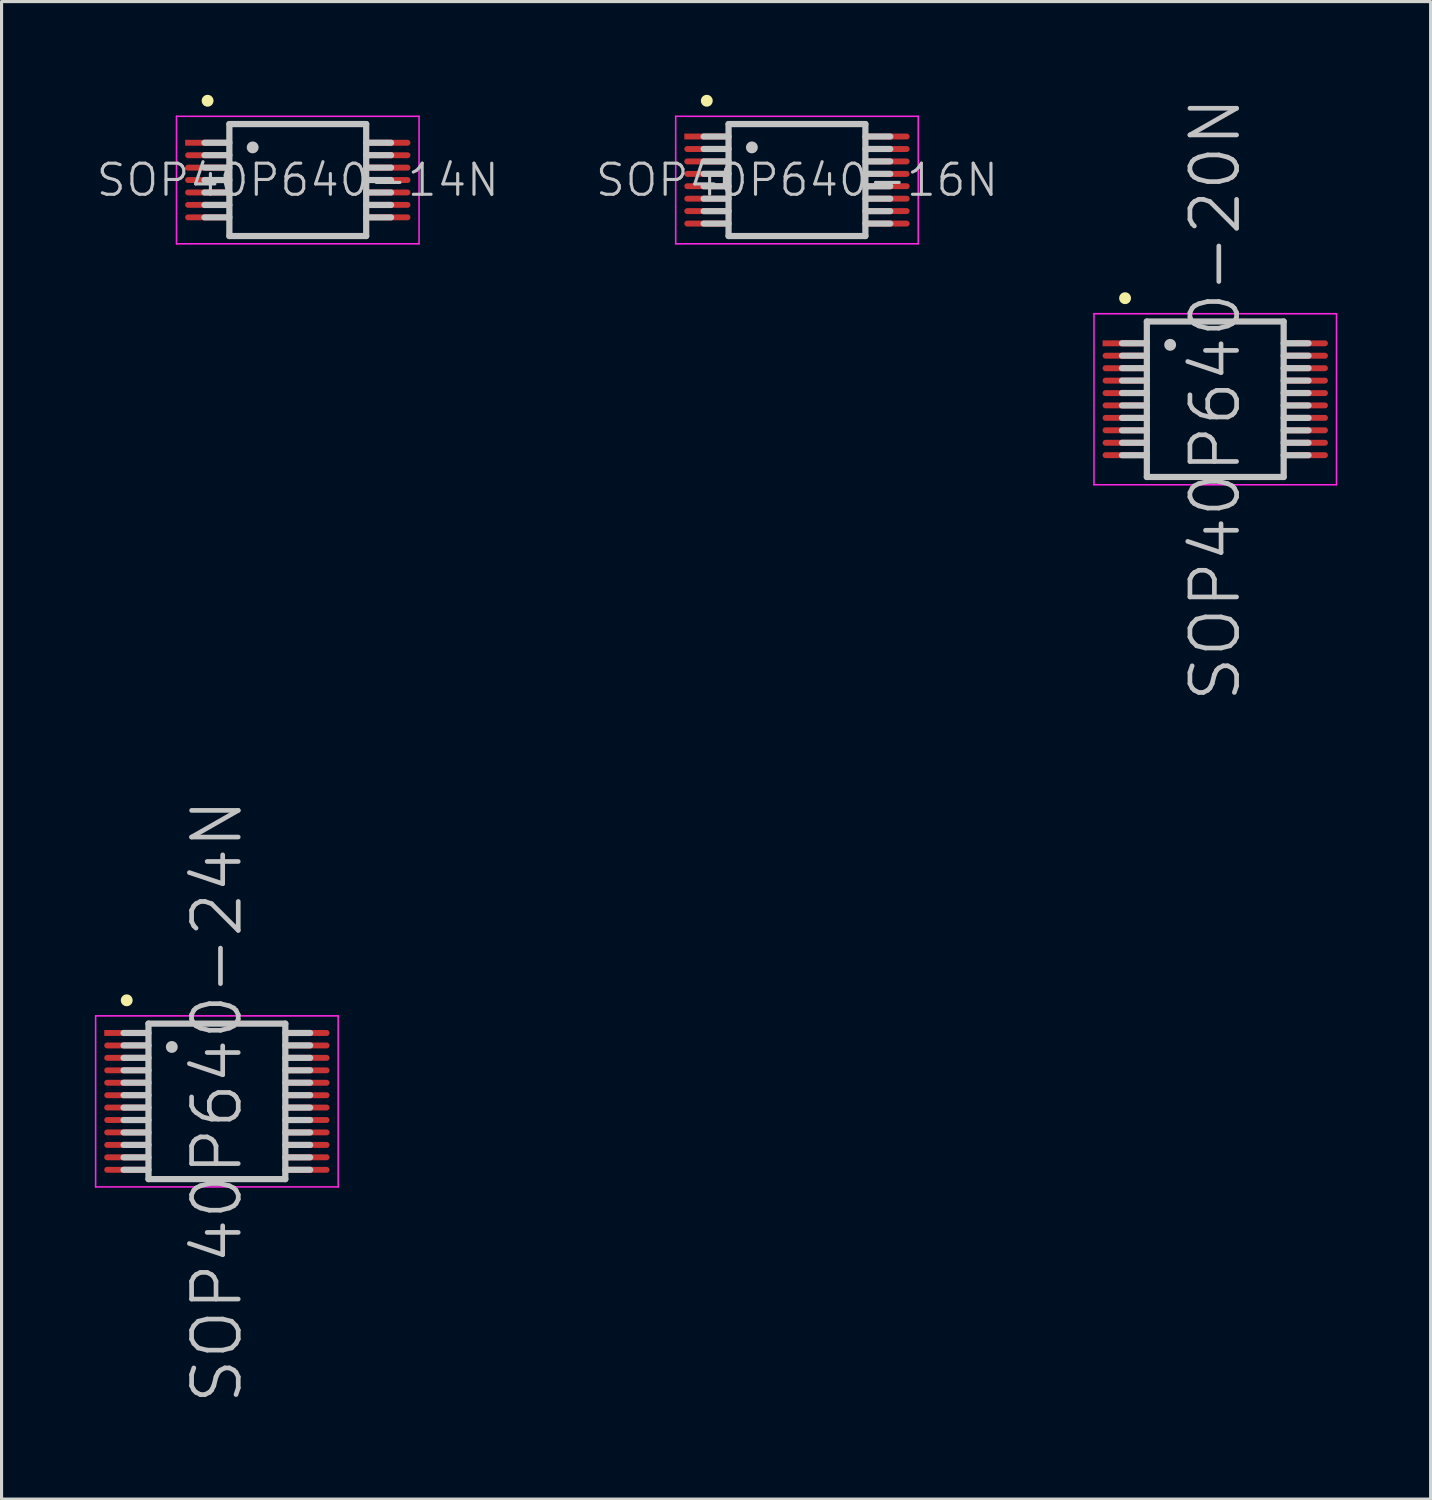
<source format=kicad_pcb>
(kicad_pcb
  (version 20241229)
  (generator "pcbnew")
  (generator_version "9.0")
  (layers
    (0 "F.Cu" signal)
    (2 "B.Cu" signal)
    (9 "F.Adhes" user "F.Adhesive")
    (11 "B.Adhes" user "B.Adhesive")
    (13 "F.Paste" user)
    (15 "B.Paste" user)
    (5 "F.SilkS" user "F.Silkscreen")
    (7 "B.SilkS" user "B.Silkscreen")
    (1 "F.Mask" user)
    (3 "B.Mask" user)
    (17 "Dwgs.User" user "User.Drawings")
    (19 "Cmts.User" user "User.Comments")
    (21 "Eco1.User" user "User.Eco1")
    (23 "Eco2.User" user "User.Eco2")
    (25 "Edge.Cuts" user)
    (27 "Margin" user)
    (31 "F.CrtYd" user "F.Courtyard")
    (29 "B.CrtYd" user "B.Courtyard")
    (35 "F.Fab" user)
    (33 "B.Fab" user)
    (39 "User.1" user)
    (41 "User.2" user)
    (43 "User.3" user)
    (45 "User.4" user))
  (footprint "SOP40P640-24N"
    (layer "F.Cu")
    (at 3.925 32.368)
    (property "Reference" "SOP40P640-24N" (at 0 0 90) (layer "Dwgs.User") (effects (font (size 1.5 1.5) (thickness 0.15))))
    (attr smd)
    (fp_line (start -2.9 -3.25) (end -2.9 -3.25) (stroke (width 0.381) (type solid)) (layer "F.SilkS"))
    (fp_line (start -2.2 -2.5) (end -2.2 2.5) (stroke (width 0.2) (type solid)) (layer "Dwgs.User"))
    (fp_line (start -2.2 -2.5) (end 2.2 -2.5) (stroke (width 0.2) (type solid)) (layer "Dwgs.User"))
    (fp_line (start -2.2 -2.2) (end -3 -2.2) (stroke (width 0.2) (type solid)) (layer "Dwgs.User"))
    (fp_line (start -2.2 -1.8) (end -3 -1.8) (stroke (width 0.2) (type solid)) (layer "Dwgs.User"))
    (fp_line (start -2.2 -1.4) (end -3 -1.4) (stroke (width 0.2) (type solid)) (layer "Dwgs.User"))
    (fp_line (start -2.2 -1) (end -3 -1) (stroke (width 0.2) (type solid)) (layer "Dwgs.User"))
    (fp_line (start -2.2 -0.6) (end -3 -0.6) (stroke (width 0.2) (type solid)) (layer "Dwgs.User"))
    (fp_line (start -2.2 -0.2) (end -3 -0.2) (stroke (width 0.2) (type solid)) (layer "Dwgs.User"))
    (fp_line (start -2.2 0.2) (end -3 0.2) (stroke (width 0.2) (type solid)) (layer "Dwgs.User"))
    (fp_line (start -2.2 0.6) (end -3 0.6) (stroke (width 0.2) (type solid)) (layer "Dwgs.User"))
    (fp_line (start -2.2 1) (end -3 1) (stroke (width 0.2) (type solid)) (layer "Dwgs.User"))
    (fp_line (start -2.2 1.4) (end -3 1.4) (stroke (width 0.2) (type solid)) (layer "Dwgs.User"))
    (fp_line (start -2.2 1.8) (end -3 1.8) (stroke (width 0.2) (type solid)) (layer "Dwgs.User"))
    (fp_line (start -2.2 2.2) (end -3 2.2) (stroke (width 0.2) (type solid)) (layer "Dwgs.User"))
    (fp_line (start -2.2 2.5) (end 2.2 2.5) (stroke (width 0.2) (type solid)) (layer "Dwgs.User"))
    (fp_line (start -1.45 -1.75) (end -1.45 -1.75) (stroke (width 0.381) (type solid)) (layer "Dwgs.User"))
    (fp_line (start 2.2 -2.5) (end 2.2 2.5) (stroke (width 0.2) (type solid)) (layer "Dwgs.User"))
    (fp_line (start 3 -2.2) (end 2.2 -2.2) (stroke (width 0.2) (type solid)) (layer "Dwgs.User"))
    (fp_line (start 3 -1.8) (end 2.2 -1.8) (stroke (width 0.2) (type solid)) (layer "Dwgs.User"))
    (fp_line (start 3 -1.4) (end 2.2 -1.4) (stroke (width 0.2) (type solid)) (layer "Dwgs.User"))
    (fp_line (start 3 -1) (end 2.2 -1) (stroke (width 0.2) (type solid)) (layer "Dwgs.User"))
    (fp_line (start 3 -0.6) (end 2.2 -0.6) (stroke (width 0.2) (type solid)) (layer "Dwgs.User"))
    (fp_line (start 3 -0.2) (end 2.2 -0.2) (stroke (width 0.2) (type solid)) (layer "Dwgs.User"))
    (fp_line (start 3 0.2) (end 2.2 0.2) (stroke (width 0.2) (type solid)) (layer "Dwgs.User"))
    (fp_line (start 3 0.6) (end 2.2 0.6) (stroke (width 0.2) (type solid)) (layer "Dwgs.User"))
    (fp_line (start 3 1) (end 2.2 1) (stroke (width 0.2) (type solid)) (layer "Dwgs.User"))
    (fp_line (start 3 1.4) (end 2.2 1.4) (stroke (width 0.2) (type solid)) (layer "Dwgs.User"))
    (fp_line (start 3 1.8) (end 2.2 1.8) (stroke (width 0.2) (type solid)) (layer "Dwgs.User"))
    (fp_line (start 3 2.2) (end 2.2 2.2) (stroke (width 0.2) (type solid)) (layer "Dwgs.User"))
    (fp_line (start -3.9 -2.75) (end -3.9 2.75) (stroke (width 0.05) (type solid)) (layer "F.CrtYd"))
    (fp_line (start -3.9 -2.75) (end 3.9 -2.75) (stroke (width 0.05) (type solid)) (layer "F.CrtYd"))
    (fp_line (start -3.9 2.75) (end 3.9 2.75) (stroke (width 0.05) (type solid)) (layer "F.CrtYd"))
    (fp_line (start 3.9 -2.75) (end 3.9 2.75) (stroke (width 0.05) (type solid)) (layer "F.CrtYd"))
    (pad "1" smd rect (at -2.898 -2.2 90) (size 0.19 1.45) (layers "F.Cu" "F.Mask" "F.Paste"))
    (pad "2" smd oval (at -2.898 -1.798 90) (size 0.19 1.45) (layers "F.Cu" "F.Mask" "F.Paste"))
    (pad "3" smd oval (at -2.898 -1.4 90) (size 0.19 1.45) (layers "F.Cu" "F.Mask" "F.Paste"))
    (pad "4" smd oval (at -2.898 -0.998 90) (size 0.19 1.45) (layers "F.Cu" "F.Mask" "F.Paste"))
    (pad "5" smd oval (at -2.898 -0.599 90) (size 0.19 1.45) (layers "F.Cu" "F.Mask" "F.Paste"))
    (pad "6" smd oval (at -2.898 -0.198 90) (size 0.19 1.45) (layers "F.Cu" "F.Mask" "F.Paste"))
    (pad "7" smd oval (at -2.898 0.198 90) (size 0.19 1.45) (layers "F.Cu" "F.Mask" "F.Paste"))
    (pad "8" smd oval (at -2.898 0.599 90) (size 0.19 1.45) (layers "F.Cu" "F.Mask" "F.Paste"))
    (pad "9" smd oval (at -2.898 0.998 90) (size 0.19 1.45) (layers "F.Cu" "F.Mask" "F.Paste"))
    (pad "10" smd oval (at -2.898 1.4 90) (size 0.19 1.45) (layers "F.Cu" "F.Mask" "F.Paste"))
    (pad "11" smd oval (at -2.898 1.798 90) (size 0.19 1.45) (layers "F.Cu" "F.Mask" "F.Paste"))
    (pad "12" smd oval (at -2.898 2.2 90) (size 0.19 1.45) (layers "F.Cu" "F.Mask" "F.Paste"))
    (pad "13" smd oval (at 2.898 2.2 270) (size 0.19 1.45) (layers "F.Cu" "F.Mask" "F.Paste"))
    (pad "14" smd oval (at 2.898 1.798 270) (size 0.19 1.45) (layers "F.Cu" "F.Mask" "F.Paste"))
    (pad "15" smd oval (at 2.898 1.4 270) (size 0.19 1.45) (layers "F.Cu" "F.Mask" "F.Paste"))
    (pad "16" smd oval (at 2.898 0.998 270) (size 0.19 1.45) (layers "F.Cu" "F.Mask" "F.Paste"))
    (pad "17" smd oval (at 2.898 0.599 270) (size 0.19 1.45) (layers "F.Cu" "F.Mask" "F.Paste"))
    (pad "18" smd oval (at 2.898 0.198 270) (size 0.19 1.45) (layers "F.Cu" "F.Mask" "F.Paste"))
    (pad "19" smd oval (at 2.898 -0.198 270) (size 0.19 1.45) (layers "F.Cu" "F.Mask" "F.Paste"))
    (pad "20" smd oval (at 2.898 -0.599 270) (size 0.19 1.45) (layers "F.Cu" "F.Mask" "F.Paste"))
    (pad "21" smd oval (at 2.898 -0.998 270) (size 0.19 1.45) (layers "F.Cu" "F.Mask" "F.Paste"))
    (pad "22" smd oval (at 2.898 -1.4 270) (size 0.19 1.45) (layers "F.Cu" "F.Mask" "F.Paste"))
    (pad "23" smd oval (at 2.898 -1.798 270) (size 0.19 1.45) (layers "F.Cu" "F.Mask" "F.Paste"))
    (pad "24" smd oval (at 2.898 -2.2 270) (size 0.19 1.45) (layers "F.Cu" "F.Mask" "F.Paste")))
  (footprint "SOP40P640-14N"
    (layer "F.Cu")
    (at 6.526 2.74)
    (property "Reference" "SOP40P640-14N" (at 0 0 0) (layer "Dwgs.User") (effects (font (size 1 1) (thickness 0.1))))
    (attr smd)
    (fp_line (start -2.9 -2.55) (end -2.9 -2.55) (stroke (width 0.381) (type solid)) (layer "F.SilkS"))
    (fp_line (start -2.2 -1.8) (end -2.2 1.8) (stroke (width 0.2) (type solid)) (layer "Dwgs.User"))
    (fp_line (start -2.2 -1.8) (end 2.2 -1.8) (stroke (width 0.2) (type solid)) (layer "Dwgs.User"))
    (fp_line (start -2.2 -1.2) (end -3 -1.2) (stroke (width 0.2) (type solid)) (layer "Dwgs.User"))
    (fp_line (start -2.2 -0.8) (end -3 -0.8) (stroke (width 0.2) (type solid)) (layer "Dwgs.User"))
    (fp_line (start -2.2 -0.4) (end -3 -0.4) (stroke (width 0.2) (type solid)) (layer "Dwgs.User"))
    (fp_line (start -2.2 0) (end -3 0) (stroke (width 0.2) (type solid)) (layer "Dwgs.User"))
    (fp_line (start -2.2 0.4) (end -3 0.4) (stroke (width 0.2) (type solid)) (layer "Dwgs.User"))
    (fp_line (start -2.2 0.8) (end -3 0.8) (stroke (width 0.2) (type solid)) (layer "Dwgs.User"))
    (fp_line (start -2.2 1.2) (end -3 1.2) (stroke (width 0.2) (type solid)) (layer "Dwgs.User"))
    (fp_line (start -2.2 1.8) (end 2.2 1.8) (stroke (width 0.2) (type solid)) (layer "Dwgs.User"))
    (fp_line (start -1.45 -1.05) (end -1.45 -1.05) (stroke (width 0.381) (type solid)) (layer "Dwgs.User"))
    (fp_line (start 2.2 -1.8) (end 2.2 1.8) (stroke (width 0.2) (type solid)) (layer "Dwgs.User"))
    (fp_line (start 3 -1.2) (end 2.2 -1.2) (stroke (width 0.2) (type solid)) (layer "Dwgs.User"))
    (fp_line (start 3 -0.8) (end 2.2 -0.8) (stroke (width 0.2) (type solid)) (layer "Dwgs.User"))
    (fp_line (start 3 -0.4) (end 2.2 -0.4) (stroke (width 0.2) (type solid)) (layer "Dwgs.User"))
    (fp_line (start 3 0) (end 2.2 0) (stroke (width 0.2) (type solid)) (layer "Dwgs.User"))
    (fp_line (start 3 0.4) (end 2.2 0.4) (stroke (width 0.2) (type solid)) (layer "Dwgs.User"))
    (fp_line (start 3 0.8) (end 2.2 0.8) (stroke (width 0.2) (type solid)) (layer "Dwgs.User"))
    (fp_line (start 3 1.2) (end 2.2 1.2) (stroke (width 0.2) (type solid)) (layer "Dwgs.User"))
    (fp_line (start -3.9 -2.05) (end -3.9 2.05) (stroke (width 0.05) (type solid)) (layer "F.CrtYd"))
    (fp_line (start -3.9 -2.05) (end 3.9 -2.05) (stroke (width 0.05) (type solid)) (layer "F.CrtYd"))
    (fp_line (start -3.9 2.05) (end 3.9 2.05) (stroke (width 0.05) (type solid)) (layer "F.CrtYd"))
    (fp_line (start 3.9 -2.05) (end 3.9 2.05) (stroke (width 0.05) (type solid)) (layer "F.CrtYd"))
    (pad "1" smd rect (at -2.898 -1.199 90) (size 0.19 1.45) (layers "F.Cu" "F.Mask" "F.Paste"))
    (pad "2" smd oval (at -2.898 -0.798 90) (size 0.19 1.45) (layers "F.Cu" "F.Mask" "F.Paste"))
    (pad "3" smd oval (at -2.898 -0.399 90) (size 0.19 1.45) (layers "F.Cu" "F.Mask" "F.Paste"))
    (pad "4" smd oval (at -2.898 0 90) (size 0.19 1.45) (layers "F.Cu" "F.Mask" "F.Paste"))
    (pad "5" smd oval (at -2.898 0.399 90) (size 0.19 1.45) (layers "F.Cu" "F.Mask" "F.Paste"))
    (pad "6" smd oval (at -2.898 0.798 90) (size 0.19 1.45) (layers "F.Cu" "F.Mask" "F.Paste"))
    (pad "7" smd oval (at -2.898 1.199 90) (size 0.19 1.45) (layers "F.Cu" "F.Mask" "F.Paste"))
    (pad "8" smd oval (at 2.898 1.199 270) (size 0.19 1.45) (layers "F.Cu" "F.Mask" "F.Paste"))
    (pad "9" smd oval (at 2.898 0.798 270) (size 0.19 1.45) (layers "F.Cu" "F.Mask" "F.Paste"))
    (pad "10" smd oval (at 2.898 0.399 270) (size 0.19 1.45) (layers "F.Cu" "F.Mask" "F.Paste"))
    (pad "11" smd oval (at 2.898 0 270) (size 0.19 1.45) (layers "F.Cu" "F.Mask" "F.Paste"))
    (pad "12" smd oval (at 2.898 -0.399 270) (size 0.19 1.45) (layers "F.Cu" "F.Mask" "F.Paste"))
    (pad "13" smd oval (at 2.898 -0.798 270) (size 0.19 1.45) (layers "F.Cu" "F.Mask" "F.Paste"))
    (pad "14" smd oval (at 2.898 -1.199 270) (size 0.19 1.45) (layers "F.Cu" "F.Mask" "F.Paste")))
  (footprint "SOP40P640-16N"
    (layer "F.Cu")
    (at 22.579 2.74)
    (property "Reference" "SOP40P640-16N" (at 0 0 0) (layer "Dwgs.User") (effects (font (size 1 1) (thickness 0.1))))
    (attr smd)
    (fp_line (start -2.9 -2.55) (end -2.9 -2.55) (stroke (width 0.381) (type solid)) (layer "F.SilkS"))
    (fp_line (start -2.2 -1.8) (end -2.2 1.8) (stroke (width 0.2) (type solid)) (layer "Dwgs.User"))
    (fp_line (start -2.2 -1.8) (end 2.2 -1.8) (stroke (width 0.2) (type solid)) (layer "Dwgs.User"))
    (fp_line (start -2.2 -1.4) (end -3 -1.4) (stroke (width 0.2) (type solid)) (layer "Dwgs.User"))
    (fp_line (start -2.2 -1) (end -3 -1) (stroke (width 0.2) (type solid)) (layer "Dwgs.User"))
    (fp_line (start -2.2 -0.6) (end -3 -0.6) (stroke (width 0.2) (type solid)) (layer "Dwgs.User"))
    (fp_line (start -2.2 -0.2) (end -3 -0.2) (stroke (width 0.2) (type solid)) (layer "Dwgs.User"))
    (fp_line (start -2.2 0.2) (end -3 0.2) (stroke (width 0.2) (type solid)) (layer "Dwgs.User"))
    (fp_line (start -2.2 0.6) (end -3 0.6) (stroke (width 0.2) (type solid)) (layer "Dwgs.User"))
    (fp_line (start -2.2 1) (end -3 1) (stroke (width 0.2) (type solid)) (layer "Dwgs.User"))
    (fp_line (start -2.2 1.4) (end -3 1.4) (stroke (width 0.2) (type solid)) (layer "Dwgs.User"))
    (fp_line (start -2.2 1.8) (end 2.2 1.8) (stroke (width 0.2) (type solid)) (layer "Dwgs.User"))
    (fp_line (start -1.45 -1.05) (end -1.45 -1.05) (stroke (width 0.381) (type solid)) (layer "Dwgs.User"))
    (fp_line (start 2.2 -1.8) (end 2.2 1.8) (stroke (width 0.2) (type solid)) (layer "Dwgs.User"))
    (fp_line (start 3 -1.4) (end 2.2 -1.4) (stroke (width 0.2) (type solid)) (layer "Dwgs.User"))
    (fp_line (start 3 -1) (end 2.2 -1) (stroke (width 0.2) (type solid)) (layer "Dwgs.User"))
    (fp_line (start 3 -0.6) (end 2.2 -0.6) (stroke (width 0.2) (type solid)) (layer "Dwgs.User"))
    (fp_line (start 3 -0.2) (end 2.2 -0.2) (stroke (width 0.2) (type solid)) (layer "Dwgs.User"))
    (fp_line (start 3 0.2) (end 2.2 0.2) (stroke (width 0.2) (type solid)) (layer "Dwgs.User"))
    (fp_line (start 3 0.6) (end 2.2 0.6) (stroke (width 0.2) (type solid)) (layer "Dwgs.User"))
    (fp_line (start 3 1) (end 2.2 1) (stroke (width 0.2) (type solid)) (layer "Dwgs.User"))
    (fp_line (start 3 1.4) (end 2.2 1.4) (stroke (width 0.2) (type solid)) (layer "Dwgs.User"))
    (fp_line (start -3.9 -2.05) (end -3.9 2.05) (stroke (width 0.05) (type solid)) (layer "F.CrtYd"))
    (fp_line (start -3.9 -2.05) (end 3.9 -2.05) (stroke (width 0.05) (type solid)) (layer "F.CrtYd"))
    (fp_line (start -3.9 2.05) (end 3.9 2.05) (stroke (width 0.05) (type solid)) (layer "F.CrtYd"))
    (fp_line (start 3.9 -2.05) (end 3.9 2.05) (stroke (width 0.05) (type solid)) (layer "F.CrtYd"))
    (pad "1" smd rect (at -2.898 -1.4 90) (size 0.19 1.45) (layers "F.Cu" "F.Mask" "F.Paste"))
    (pad "2" smd oval (at -2.898 -0.998 90) (size 0.19 1.45) (layers "F.Cu" "F.Mask" "F.Paste"))
    (pad "3" smd oval (at -2.898 -0.599 90) (size 0.19 1.45) (layers "F.Cu" "F.Mask" "F.Paste"))
    (pad "4" smd oval (at -2.898 -0.198 90) (size 0.19 1.45) (layers "F.Cu" "F.Mask" "F.Paste"))
    (pad "5" smd oval (at -2.898 0.198 90) (size 0.19 1.45) (layers "F.Cu" "F.Mask" "F.Paste"))
    (pad "6" smd oval (at -2.898 0.599 90) (size 0.19 1.45) (layers "F.Cu" "F.Mask" "F.Paste"))
    (pad "7" smd oval (at -2.898 0.998 90) (size 0.19 1.45) (layers "F.Cu" "F.Mask" "F.Paste"))
    (pad "8" smd oval (at -2.898 1.4 90) (size 0.19 1.45) (layers "F.Cu" "F.Mask" "F.Paste"))
    (pad "9" smd oval (at 2.898 1.4 270) (size 0.19 1.45) (layers "F.Cu" "F.Mask" "F.Paste"))
    (pad "10" smd oval (at 2.898 0.998 270) (size 0.19 1.45) (layers "F.Cu" "F.Mask" "F.Paste"))
    (pad "11" smd oval (at 2.898 0.599 270) (size 0.19 1.45) (layers "F.Cu" "F.Mask" "F.Paste"))
    (pad "12" smd oval (at 2.898 0.198 270) (size 0.19 1.45) (layers "F.Cu" "F.Mask" "F.Paste"))
    (pad "13" smd oval (at 2.898 -0.198 270) (size 0.19 1.45) (layers "F.Cu" "F.Mask" "F.Paste"))
    (pad "14" smd oval (at 2.898 -0.599 270) (size 0.19 1.45) (layers "F.Cu" "F.Mask" "F.Paste"))
    (pad "15" smd oval (at 2.898 -0.998 270) (size 0.19 1.45) (layers "F.Cu" "F.Mask" "F.Paste"))
    (pad "16" smd oval (at 2.898 -1.4 270) (size 0.19 1.45) (layers "F.Cu" "F.Mask" "F.Paste")))
  (footprint "SOP40P640-20N"
    (layer "F.Cu")
    (at 36.03 9.789)
    (property "Reference" "SOP40P640-20N" (at 0 0 90) (layer "Dwgs.User") (effects (font (size 1.5 1.5) (thickness 0.15))))
    (attr smd)
    (fp_line (start -2.9 -3.25) (end -2.9 -3.25) (stroke (width 0.381) (type solid)) (layer "F.SilkS"))
    (fp_line (start -2.2 -2.5) (end -2.2 2.5) (stroke (width 0.2) (type solid)) (layer "Dwgs.User"))
    (fp_line (start -2.2 -2.5) (end 2.2 -2.5) (stroke (width 0.2) (type solid)) (layer "Dwgs.User"))
    (fp_line (start -2.2 -1.8) (end -3 -1.8) (stroke (width 0.2) (type solid)) (layer "Dwgs.User"))
    (fp_line (start -2.2 -1.4) (end -3 -1.4) (stroke (width 0.2) (type solid)) (layer "Dwgs.User"))
    (fp_line (start -2.2 -1) (end -3 -1) (stroke (width 0.2) (type solid)) (layer "Dwgs.User"))
    (fp_line (start -2.2 -0.6) (end -3 -0.6) (stroke (width 0.2) (type solid)) (layer "Dwgs.User"))
    (fp_line (start -2.2 -0.2) (end -3 -0.2) (stroke (width 0.2) (type solid)) (layer "Dwgs.User"))
    (fp_line (start -2.2 0.2) (end -3 0.2) (stroke (width 0.2) (type solid)) (layer "Dwgs.User"))
    (fp_line (start -2.2 0.6) (end -3 0.6) (stroke (width 0.2) (type solid)) (layer "Dwgs.User"))
    (fp_line (start -2.2 1) (end -3 1) (stroke (width 0.2) (type solid)) (layer "Dwgs.User"))
    (fp_line (start -2.2 1.4) (end -3 1.4) (stroke (width 0.2) (type solid)) (layer "Dwgs.User"))
    (fp_line (start -2.2 1.8) (end -3 1.8) (stroke (width 0.2) (type solid)) (layer "Dwgs.User"))
    (fp_line (start -2.2 2.5) (end 2.2 2.5) (stroke (width 0.2) (type solid)) (layer "Dwgs.User"))
    (fp_line (start -1.45 -1.75) (end -1.45 -1.75) (stroke (width 0.381) (type solid)) (layer "Dwgs.User"))
    (fp_line (start 2.2 -2.5) (end 2.2 2.5) (stroke (width 0.2) (type solid)) (layer "Dwgs.User"))
    (fp_line (start 3 -1.8) (end 2.2 -1.8) (stroke (width 0.2) (type solid)) (layer "Dwgs.User"))
    (fp_line (start 3 -1.4) (end 2.2 -1.4) (stroke (width 0.2) (type solid)) (layer "Dwgs.User"))
    (fp_line (start 3 -1) (end 2.2 -1) (stroke (width 0.2) (type solid)) (layer "Dwgs.User"))
    (fp_line (start 3 -0.6) (end 2.2 -0.6) (stroke (width 0.2) (type solid)) (layer "Dwgs.User"))
    (fp_line (start 3 -0.2) (end 2.2 -0.2) (stroke (width 0.2) (type solid)) (layer "Dwgs.User"))
    (fp_line (start 3 0.2) (end 2.2 0.2) (stroke (width 0.2) (type solid)) (layer "Dwgs.User"))
    (fp_line (start 3 0.6) (end 2.2 0.6) (stroke (width 0.2) (type solid)) (layer "Dwgs.User"))
    (fp_line (start 3 1) (end 2.2 1) (stroke (width 0.2) (type solid)) (layer "Dwgs.User"))
    (fp_line (start 3 1.4) (end 2.2 1.4) (stroke (width 0.2) (type solid)) (layer "Dwgs.User"))
    (fp_line (start 3 1.8) (end 2.2 1.8) (stroke (width 0.2) (type solid)) (layer "Dwgs.User"))
    (fp_line (start -3.9 -2.75) (end -3.9 2.75) (stroke (width 0.05) (type solid)) (layer "F.CrtYd"))
    (fp_line (start -3.9 -2.75) (end 3.9 -2.75) (stroke (width 0.05) (type solid)) (layer "F.CrtYd"))
    (fp_line (start -3.9 2.75) (end 3.9 2.75) (stroke (width 0.05) (type solid)) (layer "F.CrtYd"))
    (fp_line (start 3.9 -2.75) (end 3.9 2.75) (stroke (width 0.05) (type solid)) (layer "F.CrtYd"))
    (pad "1" smd rect (at -2.898 -1.798 90) (size 0.19 1.45) (layers "F.Cu" "F.Mask" "F.Paste"))
    (pad "2" smd oval (at -2.898 -1.4 90) (size 0.19 1.45) (layers "F.Cu" "F.Mask" "F.Paste"))
    (pad "3" smd oval (at -2.898 -0.998 90) (size 0.19 1.45) (layers "F.Cu" "F.Mask" "F.Paste"))
    (pad "4" smd oval (at -2.898 -0.599 90) (size 0.19 1.45) (layers "F.Cu" "F.Mask" "F.Paste"))
    (pad "5" smd oval (at -2.898 -0.198 90) (size 0.19 1.45) (layers "F.Cu" "F.Mask" "F.Paste"))
    (pad "6" smd oval (at -2.898 0.198 90) (size 0.19 1.45) (layers "F.Cu" "F.Mask" "F.Paste"))
    (pad "7" smd oval (at -2.898 0.599 90) (size 0.19 1.45) (layers "F.Cu" "F.Mask" "F.Paste"))
    (pad "8" smd oval (at -2.898 0.998 90) (size 0.19 1.45) (layers "F.Cu" "F.Mask" "F.Paste"))
    (pad "9" smd oval (at -2.898 1.4 90) (size 0.19 1.45) (layers "F.Cu" "F.Mask" "F.Paste"))
    (pad "10" smd oval (at -2.898 1.798 90) (size 0.19 1.45) (layers "F.Cu" "F.Mask" "F.Paste"))
    (pad "11" smd oval (at 2.898 1.798 270) (size 0.19 1.45) (layers "F.Cu" "F.Mask" "F.Paste"))
    (pad "12" smd oval (at 2.898 1.4 270) (size 0.19 1.45) (layers "F.Cu" "F.Mask" "F.Paste"))
    (pad "13" smd oval (at 2.898 0.998 270) (size 0.19 1.45) (layers "F.Cu" "F.Mask" "F.Paste"))
    (pad "14" smd oval (at 2.898 0.599 270) (size 0.19 1.45) (layers "F.Cu" "F.Mask" "F.Paste"))
    (pad "15" smd oval (at 2.898 0.198 270) (size 0.19 1.45) (layers "F.Cu" "F.Mask" "F.Paste"))
    (pad "16" smd oval (at 2.898 -0.198 270) (size 0.19 1.45) (layers "F.Cu" "F.Mask" "F.Paste"))
    (pad "17" smd oval (at 2.898 -0.599 270) (size 0.19 1.45) (layers "F.Cu" "F.Mask" "F.Paste"))
    (pad "18" smd oval (at 2.898 -0.998 270) (size 0.19 1.45) (layers "F.Cu" "F.Mask" "F.Paste"))
    (pad "19" smd oval (at 2.898 -1.4 270) (size 0.19 1.45) (layers "F.Cu" "F.Mask" "F.Paste"))
    (pad "20" smd oval (at 2.898 -1.798 270) (size 0.19 1.45) (layers "F.Cu" "F.Mask" "F.Paste")))
  (gr_rect
    (start -3 -3)
    (end 42.955 45.157)
    (stroke (width 0.1) (type default))
    (fill no)
    (layer "Edge.Cuts")))
</source>
